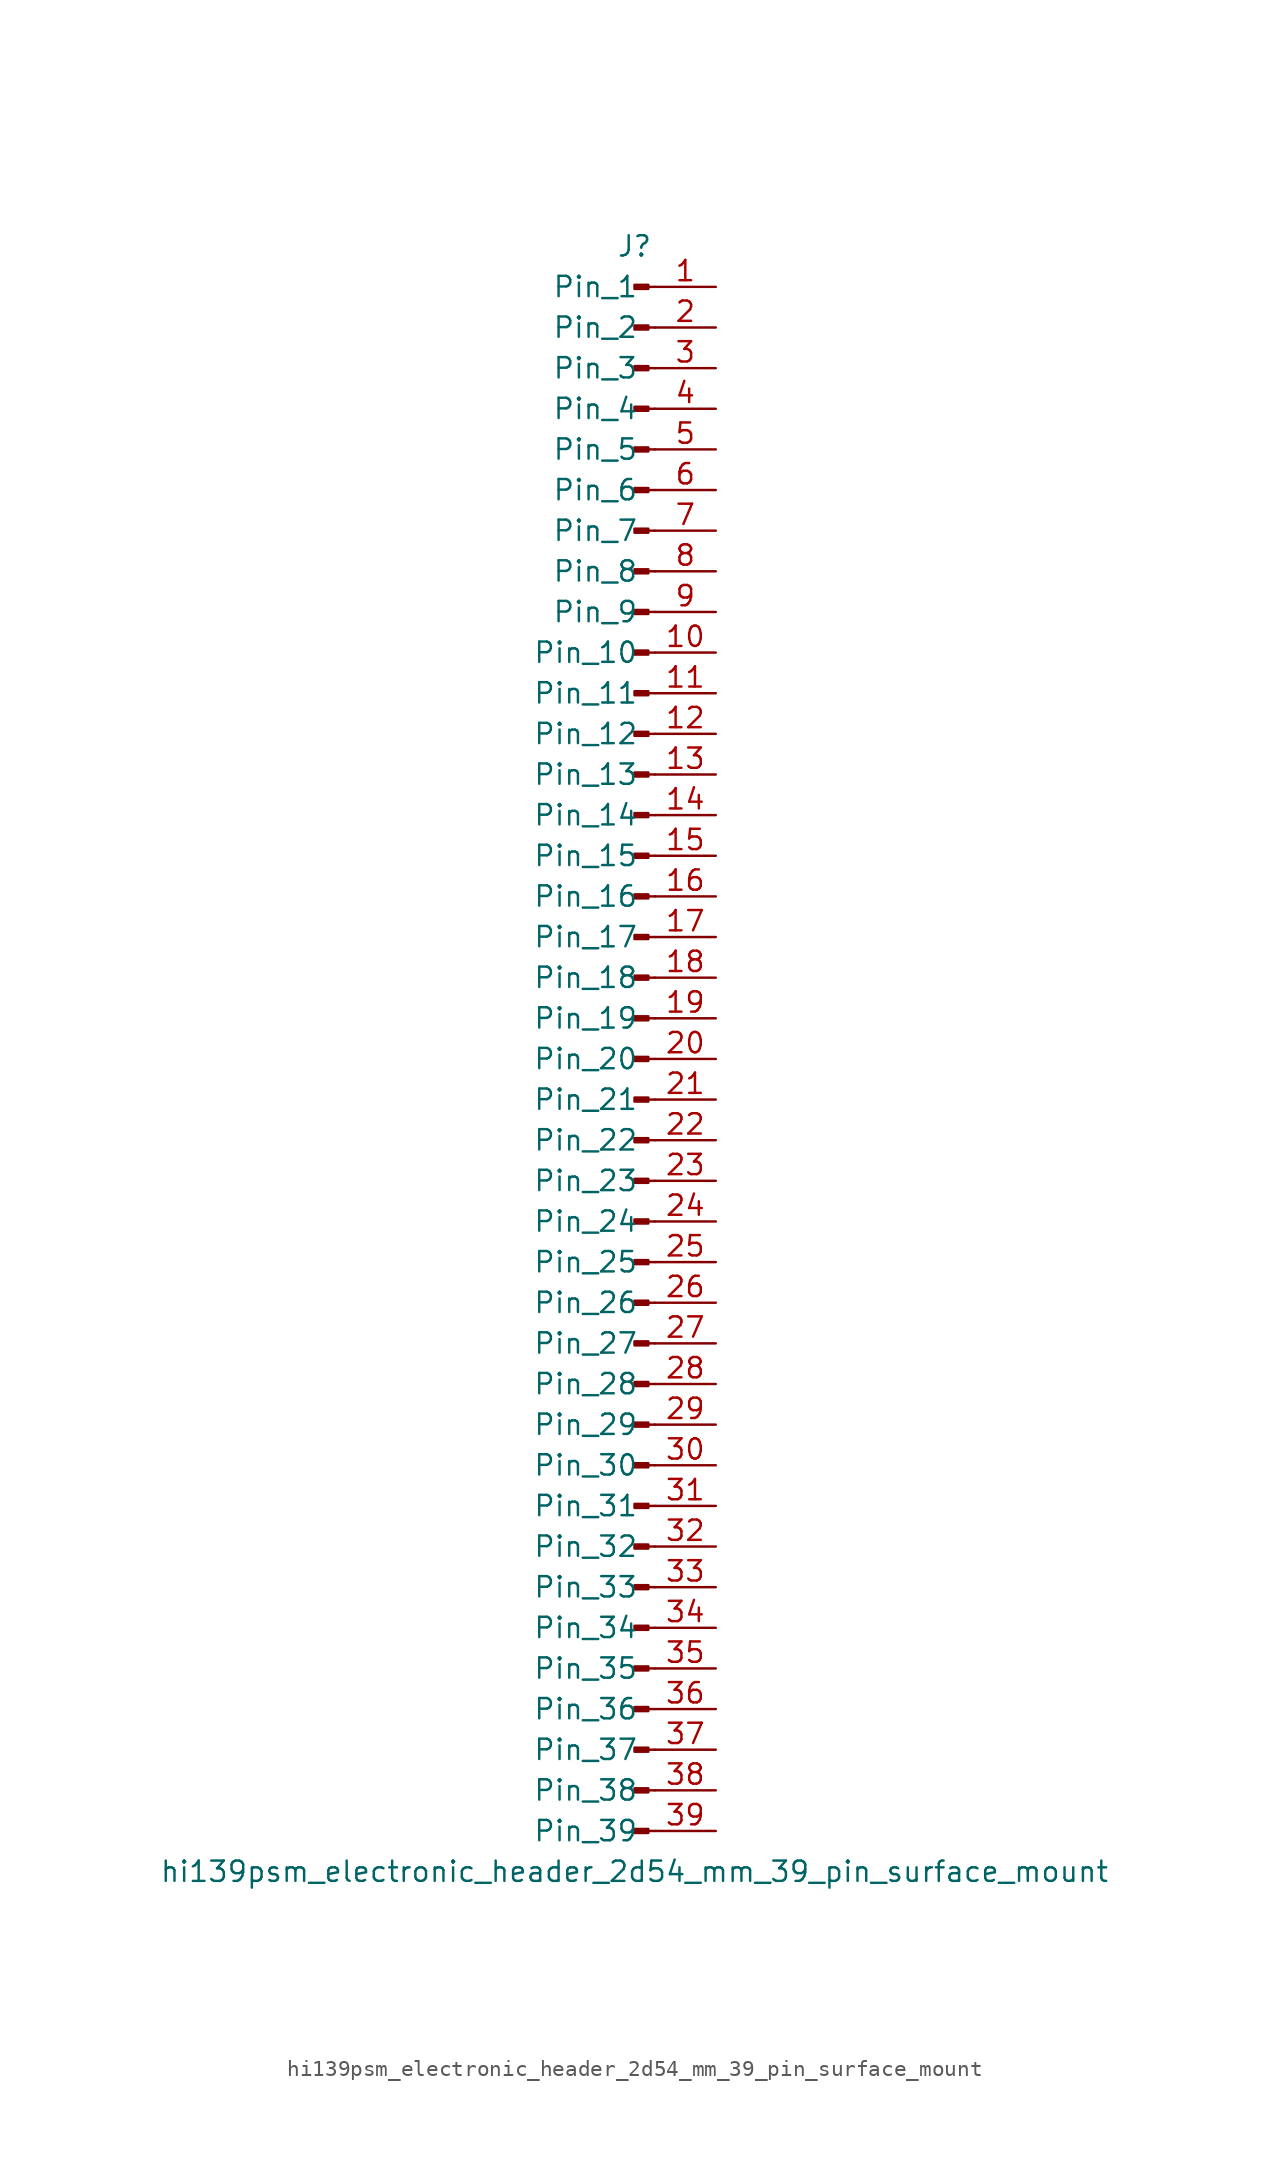
<source format=kicad_sym>
(kicad_symbol_lib
  (version 20220914)
  (generator kicad_symbol_editor)
  (symbol "hi139psm_electronic_header_2d54_mm_39_pin_surface_mount"
    (pin_names
      (offset 1.016))
    (property "Reference" "J"
      (at 0 50.8 0)
      (effects (font (size 1.27 1.27))))
    (property "Value" "hi139psm_electronic_header_2d54_mm_39_pin_surface_mount"
      (at 0 -50.8 0)
      (effects (font (size 1.27 1.27))))
    (property "ki_locked" ""
      (at 0 0 0)
      (effects (font (size 1.27 1.27))))
    (symbol "hi139psm_electronic_header_2d54_mm_39_pin_surface_mount_1_1"
      (polyline (pts (xy 1.27 -48.26) (xy 0.864 -48.26)) (stroke (width 0.152) (type default)) (fill (type none)))
      (polyline (pts (xy 1.27 -45.72) (xy 0.864 -45.72)) (stroke (width 0.152) (type default)) (fill (type none)))
      (polyline (pts (xy 1.27 -43.18) (xy 0.864 -43.18)) (stroke (width 0.152) (type default)) (fill (type none)))
      (polyline (pts (xy 1.27 -40.64) (xy 0.864 -40.64)) (stroke (width 0.152) (type default)) (fill (type none)))
      (polyline (pts (xy 1.27 -38.1) (xy 0.864 -38.1)) (stroke (width 0.152) (type default)) (fill (type none)))
      (polyline (pts (xy 1.27 -35.56) (xy 0.864 -35.56)) (stroke (width 0.152) (type default)) (fill (type none)))
      (polyline (pts (xy 1.27 -33.02) (xy 0.864 -33.02)) (stroke (width 0.152) (type default)) (fill (type none)))
      (polyline (pts (xy 1.27 -30.48) (xy 0.864 -30.48)) (stroke (width 0.152) (type default)) (fill (type none)))
      (polyline (pts (xy 1.27 -27.94) (xy 0.864 -27.94)) (stroke (width 0.152) (type default)) (fill (type none)))
      (polyline (pts (xy 1.27 -25.4) (xy 0.864 -25.4)) (stroke (width 0.152) (type default)) (fill (type none)))
      (polyline (pts (xy 1.27 -22.86) (xy 0.864 -22.86)) (stroke (width 0.152) (type default)) (fill (type none)))
      (polyline (pts (xy 1.27 -20.32) (xy 0.864 -20.32)) (stroke (width 0.152) (type default)) (fill (type none)))
      (polyline (pts (xy 1.27 -17.78) (xy 0.864 -17.78)) (stroke (width 0.152) (type default)) (fill (type none)))
      (polyline (pts (xy 1.27 -15.24) (xy 0.864 -15.24)) (stroke (width 0.152) (type default)) (fill (type none)))
      (polyline (pts (xy 1.27 -12.7) (xy 0.864 -12.7)) (stroke (width 0.152) (type default)) (fill (type none)))
      (polyline (pts (xy 1.27 -10.16) (xy 0.864 -10.16)) (stroke (width 0.152) (type default)) (fill (type none)))
      (polyline (pts (xy 1.27 -7.62) (xy 0.864 -7.62)) (stroke (width 0.152) (type default)) (fill (type none)))
      (polyline (pts (xy 1.27 -5.08) (xy 0.864 -5.08)) (stroke (width 0.152) (type default)) (fill (type none)))
      (polyline (pts (xy 1.27 -2.54) (xy 0.864 -2.54)) (stroke (width 0.152) (type default)) (fill (type none)))
      (polyline (pts (xy 1.27 0) (xy 0.864 0)) (stroke (width 0.152) (type default)) (fill (type none)))
      (polyline (pts (xy 1.27 2.54) (xy 0.864 2.54)) (stroke (width 0.152) (type default)) (fill (type none)))
      (polyline (pts (xy 1.27 5.08) (xy 0.864 5.08)) (stroke (width 0.152) (type default)) (fill (type none)))
      (polyline (pts (xy 1.27 7.62) (xy 0.864 7.62)) (stroke (width 0.152) (type default)) (fill (type none)))
      (polyline (pts (xy 1.27 10.16) (xy 0.864 10.16)) (stroke (width 0.152) (type default)) (fill (type none)))
      (polyline (pts (xy 1.27 12.7) (xy 0.864 12.7)) (stroke (width 0.152) (type default)) (fill (type none)))
      (polyline (pts (xy 1.27 15.24) (xy 0.864 15.24)) (stroke (width 0.152) (type default)) (fill (type none)))
      (polyline (pts (xy 1.27 17.78) (xy 0.864 17.78)) (stroke (width 0.152) (type default)) (fill (type none)))
      (polyline (pts (xy 1.27 20.32) (xy 0.864 20.32)) (stroke (width 0.152) (type default)) (fill (type none)))
      (polyline (pts (xy 1.27 22.86) (xy 0.864 22.86)) (stroke (width 0.152) (type default)) (fill (type none)))
      (polyline (pts (xy 1.27 25.4) (xy 0.864 25.4)) (stroke (width 0.152) (type default)) (fill (type none)))
      (polyline (pts (xy 1.27 27.94) (xy 0.864 27.94)) (stroke (width 0.152) (type default)) (fill (type none)))
      (polyline (pts (xy 1.27 30.48) (xy 0.864 30.48)) (stroke (width 0.152) (type default)) (fill (type none)))
      (polyline (pts (xy 1.27 33.02) (xy 0.864 33.02)) (stroke (width 0.152) (type default)) (fill (type none)))
      (polyline (pts (xy 1.27 35.56) (xy 0.864 35.56)) (stroke (width 0.152) (type default)) (fill (type none)))
      (polyline (pts (xy 1.27 38.1) (xy 0.864 38.1)) (stroke (width 0.152) (type default)) (fill (type none)))
      (polyline (pts (xy 1.27 40.64) (xy 0.864 40.64)) (stroke (width 0.152) (type default)) (fill (type none)))
      (polyline (pts (xy 1.27 43.18) (xy 0.864 43.18)) (stroke (width 0.152) (type default)) (fill (type none)))
      (polyline (pts (xy 1.27 45.72) (xy 0.864 45.72)) (stroke (width 0.152) (type default)) (fill (type none)))
      (polyline (pts (xy 1.27 48.26) (xy 0.864 48.26)) (stroke (width 0.152) (type default)) (fill (type none)))
      (rectangle (start 0.864 -48.133) (end 0 -48.387) (stroke (width 0.152) (type default)) (fill (type outline)))
      (rectangle (start 0.864 -45.593) (end 0 -45.847) (stroke (width 0.152) (type default)) (fill (type outline)))
      (rectangle (start 0.864 -43.053) (end 0 -43.307) (stroke (width 0.152) (type default)) (fill (type outline)))
      (rectangle (start 0.864 -40.513) (end 0 -40.767) (stroke (width 0.152) (type default)) (fill (type outline)))
      (rectangle (start 0.864 -37.973) (end 0 -38.227) (stroke (width 0.152) (type default)) (fill (type outline)))
      (rectangle (start 0.864 -35.433) (end 0 -35.687) (stroke (width 0.152) (type default)) (fill (type outline)))
      (rectangle (start 0.864 -32.893) (end 0 -33.147) (stroke (width 0.152) (type default)) (fill (type outline)))
      (rectangle (start 0.864 -30.353) (end 0 -30.607) (stroke (width 0.152) (type default)) (fill (type outline)))
      (rectangle (start 0.864 -27.813) (end 0 -28.067) (stroke (width 0.152) (type default)) (fill (type outline)))
      (rectangle (start 0.864 -25.273) (end 0 -25.527) (stroke (width 0.152) (type default)) (fill (type outline)))
      (rectangle (start 0.864 -22.733) (end 0 -22.987) (stroke (width 0.152) (type default)) (fill (type outline)))
      (rectangle (start 0.864 -20.193) (end 0 -20.447) (stroke (width 0.152) (type default)) (fill (type outline)))
      (rectangle (start 0.864 -17.653) (end 0 -17.907) (stroke (width 0.152) (type default)) (fill (type outline)))
      (rectangle (start 0.864 -15.113) (end 0 -15.367) (stroke (width 0.152) (type default)) (fill (type outline)))
      (rectangle (start 0.864 -12.573) (end 0 -12.827) (stroke (width 0.152) (type default)) (fill (type outline)))
      (rectangle (start 0.864 -10.033) (end 0 -10.287) (stroke (width 0.152) (type default)) (fill (type outline)))
      (rectangle (start 0.864 -7.493) (end 0 -7.747) (stroke (width 0.152) (type default)) (fill (type outline)))
      (rectangle (start 0.864 -4.953) (end 0 -5.207) (stroke (width 0.152) (type default)) (fill (type outline)))
      (rectangle (start 0.864 -2.413) (end 0 -2.667) (stroke (width 0.152) (type default)) (fill (type outline)))
      (rectangle (start 0.864 0.127) (end 0 -0.127) (stroke (width 0.152) (type default)) (fill (type outline)))
      (rectangle (start 0.864 2.667) (end 0 2.413) (stroke (width 0.152) (type default)) (fill (type outline)))
      (rectangle (start 0.864 5.207) (end 0 4.953) (stroke (width 0.152) (type default)) (fill (type outline)))
      (rectangle (start 0.864 7.747) (end 0 7.493) (stroke (width 0.152) (type default)) (fill (type outline)))
      (rectangle (start 0.864 10.287) (end 0 10.033) (stroke (width 0.152) (type default)) (fill (type outline)))
      (rectangle (start 0.864 12.827) (end 0 12.573) (stroke (width 0.152) (type default)) (fill (type outline)))
      (rectangle (start 0.864 15.367) (end 0 15.113) (stroke (width 0.152) (type default)) (fill (type outline)))
      (rectangle (start 0.864 17.907) (end 0 17.653) (stroke (width 0.152) (type default)) (fill (type outline)))
      (rectangle (start 0.864 20.447) (end 0 20.193) (stroke (width 0.152) (type default)) (fill (type outline)))
      (rectangle (start 0.864 22.987) (end 0 22.733) (stroke (width 0.152) (type default)) (fill (type outline)))
      (rectangle (start 0.864 25.527) (end 0 25.273) (stroke (width 0.152) (type default)) (fill (type outline)))
      (rectangle (start 0.864 28.067) (end 0 27.813) (stroke (width 0.152) (type default)) (fill (type outline)))
      (rectangle (start 0.864 30.607) (end 0 30.353) (stroke (width 0.152) (type default)) (fill (type outline)))
      (rectangle (start 0.864 33.147) (end 0 32.893) (stroke (width 0.152) (type default)) (fill (type outline)))
      (rectangle (start 0.864 35.687) (end 0 35.433) (stroke (width 0.152) (type default)) (fill (type outline)))
      (rectangle (start 0.864 38.227) (end 0 37.973) (stroke (width 0.152) (type default)) (fill (type outline)))
      (rectangle (start 0.864 40.767) (end 0 40.513) (stroke (width 0.152) (type default)) (fill (type outline)))
      (rectangle (start 0.864 43.307) (end 0 43.053) (stroke (width 0.152) (type default)) (fill (type outline)))
      (rectangle (start 0.864 45.847) (end 0 45.593) (stroke (width 0.152) (type default)) (fill (type outline)))
      (rectangle (start 0.864 48.387) (end 0 48.133) (stroke (width 0.152) (type default)) (fill (type outline)))
      (pin passive line (at 5.08 48.26 180) (length 3.81) (name "Pin_1" (effects (font (size 1.27 1.27)))) (number "1" (effects (font (size 1.27 1.27)))))
      (pin passive line (at 5.08 25.4 180) (length 3.81) (name "Pin_10" (effects (font (size 1.27 1.27)))) (number "10" (effects (font (size 1.27 1.27)))))
      (pin passive line (at 5.08 22.86 180) (length 3.81) (name "Pin_11" (effects (font (size 1.27 1.27)))) (number "11" (effects (font (size 1.27 1.27)))))
      (pin passive line (at 5.08 20.32 180) (length 3.81) (name "Pin_12" (effects (font (size 1.27 1.27)))) (number "12" (effects (font (size 1.27 1.27)))))
      (pin passive line (at 5.08 17.78 180) (length 3.81) (name "Pin_13" (effects (font (size 1.27 1.27)))) (number "13" (effects (font (size 1.27 1.27)))))
      (pin passive line (at 5.08 15.24 180) (length 3.81) (name "Pin_14" (effects (font (size 1.27 1.27)))) (number "14" (effects (font (size 1.27 1.27)))))
      (pin passive line (at 5.08 12.7 180) (length 3.81) (name "Pin_15" (effects (font (size 1.27 1.27)))) (number "15" (effects (font (size 1.27 1.27)))))
      (pin passive line (at 5.08 10.16 180) (length 3.81) (name "Pin_16" (effects (font (size 1.27 1.27)))) (number "16" (effects (font (size 1.27 1.27)))))
      (pin passive line (at 5.08 7.62 180) (length 3.81) (name "Pin_17" (effects (font (size 1.27 1.27)))) (number "17" (effects (font (size 1.27 1.27)))))
      (pin passive line (at 5.08 5.08 180) (length 3.81) (name "Pin_18" (effects (font (size 1.27 1.27)))) (number "18" (effects (font (size 1.27 1.27)))))
      (pin passive line (at 5.08 2.54 180) (length 3.81) (name "Pin_19" (effects (font (size 1.27 1.27)))) (number "19" (effects (font (size 1.27 1.27)))))
      (pin passive line (at 5.08 45.72 180) (length 3.81) (name "Pin_2" (effects (font (size 1.27 1.27)))) (number "2" (effects (font (size 1.27 1.27)))))
      (pin passive line (at 5.08 0 180) (length 3.81) (name "Pin_20" (effects (font (size 1.27 1.27)))) (number "20" (effects (font (size 1.27 1.27)))))
      (pin passive line (at 5.08 -2.54 180) (length 3.81) (name "Pin_21" (effects (font (size 1.27 1.27)))) (number "21" (effects (font (size 1.27 1.27)))))
      (pin passive line (at 5.08 -5.08 180) (length 3.81) (name "Pin_22" (effects (font (size 1.27 1.27)))) (number "22" (effects (font (size 1.27 1.27)))))
      (pin passive line (at 5.08 -7.62 180) (length 3.81) (name "Pin_23" (effects (font (size 1.27 1.27)))) (number "23" (effects (font (size 1.27 1.27)))))
      (pin passive line (at 5.08 -10.16 180) (length 3.81) (name "Pin_24" (effects (font (size 1.27 1.27)))) (number "24" (effects (font (size 1.27 1.27)))))
      (pin passive line (at 5.08 -12.7 180) (length 3.81) (name "Pin_25" (effects (font (size 1.27 1.27)))) (number "25" (effects (font (size 1.27 1.27)))))
      (pin passive line (at 5.08 -15.24 180) (length 3.81) (name "Pin_26" (effects (font (size 1.27 1.27)))) (number "26" (effects (font (size 1.27 1.27)))))
      (pin passive line (at 5.08 -17.78 180) (length 3.81) (name "Pin_27" (effects (font (size 1.27 1.27)))) (number "27" (effects (font (size 1.27 1.27)))))
      (pin passive line (at 5.08 -20.32 180) (length 3.81) (name "Pin_28" (effects (font (size 1.27 1.27)))) (number "28" (effects (font (size 1.27 1.27)))))
      (pin passive line (at 5.08 -22.86 180) (length 3.81) (name "Pin_29" (effects (font (size 1.27 1.27)))) (number "29" (effects (font (size 1.27 1.27)))))
      (pin passive line (at 5.08 43.18 180) (length 3.81) (name "Pin_3" (effects (font (size 1.27 1.27)))) (number "3" (effects (font (size 1.27 1.27)))))
      (pin passive line (at 5.08 -25.4 180) (length 3.81) (name "Pin_30" (effects (font (size 1.27 1.27)))) (number "30" (effects (font (size 1.27 1.27)))))
      (pin passive line (at 5.08 -27.94 180) (length 3.81) (name "Pin_31" (effects (font (size 1.27 1.27)))) (number "31" (effects (font (size 1.27 1.27)))))
      (pin passive line (at 5.08 -30.48 180) (length 3.81) (name "Pin_32" (effects (font (size 1.27 1.27)))) (number "32" (effects (font (size 1.27 1.27)))))
      (pin passive line (at 5.08 -33.02 180) (length 3.81) (name "Pin_33" (effects (font (size 1.27 1.27)))) (number "33" (effects (font (size 1.27 1.27)))))
      (pin passive line (at 5.08 -35.56 180) (length 3.81) (name "Pin_34" (effects (font (size 1.27 1.27)))) (number "34" (effects (font (size 1.27 1.27)))))
      (pin passive line (at 5.08 -38.1 180) (length 3.81) (name "Pin_35" (effects (font (size 1.27 1.27)))) (number "35" (effects (font (size 1.27 1.27)))))
      (pin passive line (at 5.08 -40.64 180) (length 3.81) (name "Pin_36" (effects (font (size 1.27 1.27)))) (number "36" (effects (font (size 1.27 1.27)))))
      (pin passive line (at 5.08 -43.18 180) (length 3.81) (name "Pin_37" (effects (font (size 1.27 1.27)))) (number "37" (effects (font (size 1.27 1.27)))))
      (pin passive line (at 5.08 -45.72 180) (length 3.81) (name "Pin_38" (effects (font (size 1.27 1.27)))) (number "38" (effects (font (size 1.27 1.27)))))
      (pin passive line (at 5.08 -48.26 180) (length 3.81) (name "Pin_39" (effects (font (size 1.27 1.27)))) (number "39" (effects (font (size 1.27 1.27)))))
      (pin passive line (at 5.08 40.64 180) (length 3.81) (name "Pin_4" (effects (font (size 1.27 1.27)))) (number "4" (effects (font (size 1.27 1.27)))))
      (pin passive line (at 5.08 38.1 180) (length 3.81) (name "Pin_5" (effects (font (size 1.27 1.27)))) (number "5" (effects (font (size 1.27 1.27)))))
      (pin passive line (at 5.08 35.56 180) (length 3.81) (name "Pin_6" (effects (font (size 1.27 1.27)))) (number "6" (effects (font (size 1.27 1.27)))))
      (pin passive line (at 5.08 33.02 180) (length 3.81) (name "Pin_7" (effects (font (size 1.27 1.27)))) (number "7" (effects (font (size 1.27 1.27)))))
      (pin passive line (at 5.08 30.48 180) (length 3.81) (name "Pin_8" (effects (font (size 1.27 1.27)))) (number "8" (effects (font (size 1.27 1.27)))))
      (pin passive line (at 5.08 27.94 180) (length 3.81) (name "Pin_9" (effects (font (size 1.27 1.27)))) (number "9" (effects (font (size 1.27 1.27))))))))
</source>
